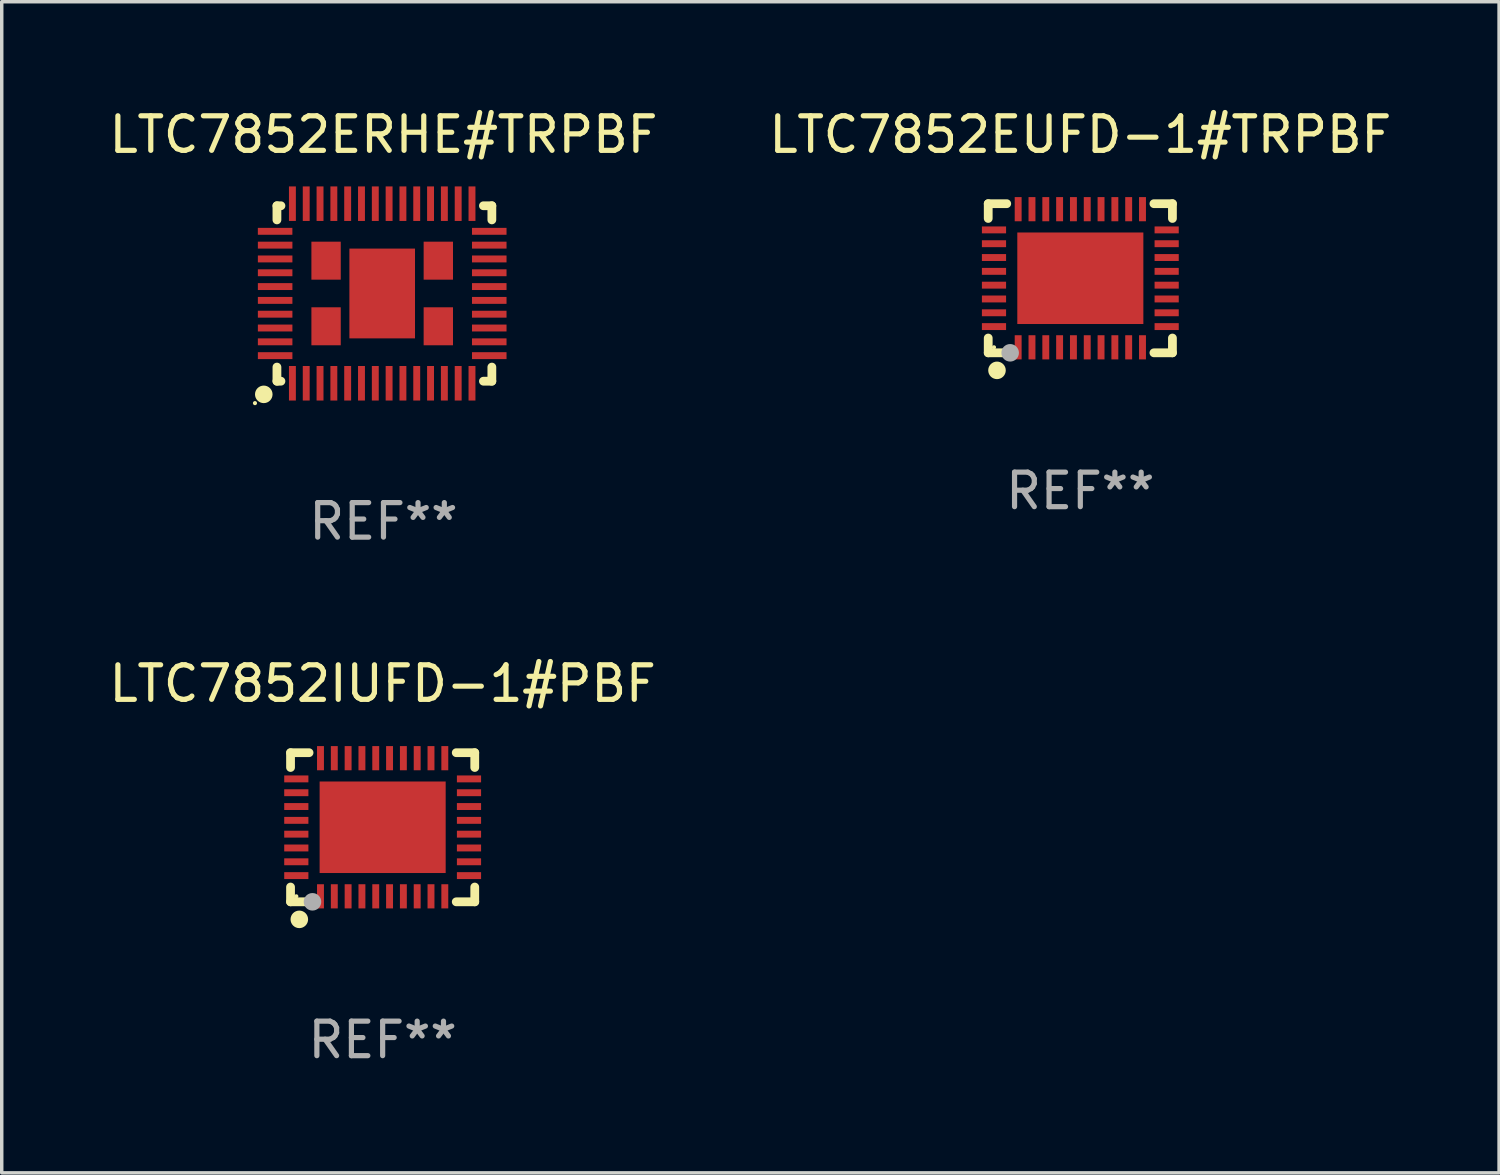
<source format=kicad_pcb>
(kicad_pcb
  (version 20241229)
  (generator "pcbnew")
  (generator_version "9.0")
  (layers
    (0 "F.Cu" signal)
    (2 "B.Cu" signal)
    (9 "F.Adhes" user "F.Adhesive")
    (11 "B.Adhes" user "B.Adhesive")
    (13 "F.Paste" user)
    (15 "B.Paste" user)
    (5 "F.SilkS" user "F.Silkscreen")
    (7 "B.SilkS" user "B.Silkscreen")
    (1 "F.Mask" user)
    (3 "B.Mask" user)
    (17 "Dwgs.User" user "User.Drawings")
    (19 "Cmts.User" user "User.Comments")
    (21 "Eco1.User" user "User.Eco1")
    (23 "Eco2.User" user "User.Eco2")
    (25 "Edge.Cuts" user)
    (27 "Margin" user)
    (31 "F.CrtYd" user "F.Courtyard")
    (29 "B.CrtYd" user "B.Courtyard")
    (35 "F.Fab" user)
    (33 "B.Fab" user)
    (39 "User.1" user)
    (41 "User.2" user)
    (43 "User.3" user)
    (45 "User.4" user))
  (footprint "LTC7852EUFD-1#TRPBF"
    (layer "F.Cu")
    (at 28.232 5.007)
    (property "Reference" "LTC7852EUFD-1#TRPBF" (at 0 -4.159 0) (layer "F.SilkS") (effects (font (size 1 1) (thickness 0.15))))
    (attr through_hole)
    (fp_line (start -2.667 -2.159) (end -2.667 -1.731) (stroke (width 0.254) (type solid)) (layer "F.SilkS"))
    (fp_line (start -2.667 1.731) (end -2.667 2.159) (stroke (width 0.254) (type solid)) (layer "F.SilkS"))
    (fp_line (start -2.667 2.159) (end -2.131 2.159) (stroke (width 0.254) (type solid)) (layer "F.SilkS"))
    (fp_line (start -2.131 -2.159) (end -2.667 -2.159) (stroke (width 0.254) (type solid)) (layer "F.SilkS"))
    (fp_line (start 2.131 2.159) (end 2.667 2.159) (stroke (width 0.254) (type solid)) (layer "F.SilkS"))
    (fp_line (start 2.667 -2.159) (end 2.131 -2.159) (stroke (width 0.254) (type solid)) (layer "F.SilkS"))
    (fp_line (start 2.667 -1.731) (end 2.667 -2.159) (stroke (width 0.254) (type solid)) (layer "F.SilkS"))
    (fp_line (start 2.667 2.159) (end 2.667 1.731) (stroke (width 0.254) (type solid)) (layer "F.SilkS"))
    (fp_circle (center -2.5 2) (end -2.47 2) (stroke (width 0.06) (type solid)) (fill no) (layer "F.SilkS"))
    (fp_circle (center -2.413 2.667) (end -2.286 2.667) (stroke (width 0.254) (type solid)) (fill no) (layer "F.SilkS"))
    (fp_circle (center -2.032 2.159) (end -1.905 2.159) (stroke (width 0.254) (type solid)) (fill no) (layer "F.Fab"))
    (fp_text user "REF**" (at 0 6.159 0) (layer "F.Fab") (effects (font (size 1 1) (thickness 0.15))))
    (pad "1" smd rect (at -1.8 2) (size 0.2 0.7) (layers "F.Cu" "F.Mask" "F.Paste"))
    (pad "2" smd rect (at -1.4 2) (size 0.2 0.7) (layers "F.Cu" "F.Mask" "F.Paste"))
    (pad "3" smd rect (at -1 2) (size 0.2 0.7) (layers "F.Cu" "F.Mask" "F.Paste"))
    (pad "4" smd rect (at -0.6 2) (size 0.2 0.7) (layers "F.Cu" "F.Mask" "F.Paste"))
    (pad "5" smd rect (at -0.2 2) (size 0.2 0.7) (layers "F.Cu" "F.Mask" "F.Paste"))
    (pad "6" smd rect (at 0.2 2) (size 0.2 0.7) (layers "F.Cu" "F.Mask" "F.Paste"))
    (pad "7" smd rect (at 0.6 2) (size 0.2 0.7) (layers "F.Cu" "F.Mask" "F.Paste"))
    (pad "8" smd rect (at 1 2) (size 0.2 0.7) (layers "F.Cu" "F.Mask" "F.Paste"))
    (pad "9" smd rect (at 1.4 2) (size 0.2 0.7) (layers "F.Cu" "F.Mask" "F.Paste"))
    (pad "10" smd rect (at 1.8 2) (size 0.2 0.7) (layers "F.Cu" "F.Mask" "F.Paste"))
    (pad "11" smd rect (at 2.5 1.4 90) (size 0.2 0.7) (layers "F.Cu" "F.Mask" "F.Paste"))
    (pad "12" smd rect (at 2.5 1 90) (size 0.2 0.7) (layers "F.Cu" "F.Mask" "F.Paste"))
    (pad "13" smd rect (at 2.5 0.6 90) (size 0.2 0.7) (layers "F.Cu" "F.Mask" "F.Paste"))
    (pad "14" smd rect (at 2.5 0.2 90) (size 0.2 0.7) (layers "F.Cu" "F.Mask" "F.Paste"))
    (pad "15" smd rect (at 2.5 -0.2 90) (size 0.2 0.7) (layers "F.Cu" "F.Mask" "F.Paste"))
    (pad "16" smd rect (at 2.5 -0.6 90) (size 0.2 0.7) (layers "F.Cu" "F.Mask" "F.Paste"))
    (pad "17" smd rect (at 2.5 -1 90) (size 0.2 0.7) (layers "F.Cu" "F.Mask" "F.Paste"))
    (pad "18" smd rect (at 2.5 -1.4 90) (size 0.2 0.7) (layers "F.Cu" "F.Mask" "F.Paste"))
    (pad "19" smd rect (at 1.8 -2 180) (size 0.2 0.7) (layers "F.Cu" "F.Mask" "F.Paste"))
    (pad "20" smd rect (at 1.4 -2 180) (size 0.2 0.7) (layers "F.Cu" "F.Mask" "F.Paste"))
    (pad "21" smd rect (at 1 -2 180) (size 0.2 0.7) (layers "F.Cu" "F.Mask" "F.Paste"))
    (pad "22" smd rect (at 0.6 -2 180) (size 0.2 0.7) (layers "F.Cu" "F.Mask" "F.Paste"))
    (pad "23" smd rect (at 0.2 -2 180) (size 0.2 0.7) (layers "F.Cu" "F.Mask" "F.Paste"))
    (pad "24" smd rect (at -0.2 -2 180) (size 0.2 0.7) (layers "F.Cu" "F.Mask" "F.Paste"))
    (pad "25" smd rect (at -0.6 -2 180) (size 0.2 0.7) (layers "F.Cu" "F.Mask" "F.Paste"))
    (pad "26" smd rect (at -1 -2 180) (size 0.2 0.7) (layers "F.Cu" "F.Mask" "F.Paste"))
    (pad "27" smd rect (at -1.4 -2 180) (size 0.2 0.7) (layers "F.Cu" "F.Mask" "F.Paste"))
    (pad "28" smd rect (at -1.8 -2 180) (size 0.2 0.7) (layers "F.Cu" "F.Mask" "F.Paste"))
    (pad "29" smd rect (at -2.5 -1.4 270) (size 0.2 0.7) (layers "F.Cu" "F.Mask" "F.Paste"))
    (pad "30" smd rect (at -2.5 -1 270) (size 0.2 0.7) (layers "F.Cu" "F.Mask" "F.Paste"))
    (pad "31" smd rect (at -2.5 -0.6 270) (size 0.2 0.7) (layers "F.Cu" "F.Mask" "F.Paste"))
    (pad "32" smd rect (at -2.5 -0.2 270) (size 0.2 0.7) (layers "F.Cu" "F.Mask" "F.Paste"))
    (pad "33" smd rect (at -2.5 0.2 270) (size 0.2 0.7) (layers "F.Cu" "F.Mask" "F.Paste"))
    (pad "34" smd rect (at -2.5 0.6 270) (size 0.2 0.7) (layers "F.Cu" "F.Mask" "F.Paste"))
    (pad "35" smd rect (at -2.5 1 270) (size 0.2 0.7) (layers "F.Cu" "F.Mask" "F.Paste"))
    (pad "36" smd rect (at -2.5 1.4 270) (size 0.2 0.7) (layers "F.Cu" "F.Mask" "F.Paste"))
    (pad "37" smd rect (at 0.000102 0.000102 270) (size 2.65 3.65) (layers "F.Cu" "F.Mask" "F.Paste")))
  (footprint "LTC7852ERHE#TRPBF"
    (layer "F.Cu")
    (at 8.054 5.448)
    (property "Reference" "LTC7852ERHE#TRPBF" (at 0 -4.6 0) (layer "F.SilkS") (effects (font (size 1 1) (thickness 0.15))))
    (attr through_hole)
    (fp_line (start -3.085 -2.54) (end -3.085 -2.131) (stroke (width 0.254) (type solid)) (layer "F.SilkS"))
    (fp_line (start -3.085 2.131) (end -3.085 2.54) (stroke (width 0.254) (type solid)) (layer "F.SilkS"))
    (fp_line (start -3.085 2.54) (end -2.969 2.54) (stroke (width 0.254) (type solid)) (layer "F.SilkS"))
    (fp_line (start -2.969 -2.54) (end -3.085 -2.54) (stroke (width 0.254) (type solid)) (layer "F.SilkS"))
    (fp_line (start 3.138 -2.54) (end 2.894 -2.54) (stroke (width 0.254) (type solid)) (layer "F.SilkS"))
    (fp_line (start 3.138 -2.54) (end 3.138 -2.131) (stroke (width 0.254) (type solid)) (layer "F.SilkS"))
    (fp_line (start 3.138 2.131) (end 3.138 2.54) (stroke (width 0.254) (type solid)) (layer "F.SilkS"))
    (fp_line (start 3.138 2.54) (end 2.894 2.54) (stroke (width 0.254) (type solid)) (layer "F.SilkS"))
    (fp_circle (center -3.721 3.175) (end -3.691 3.175) (stroke (width 0.06) (type solid)) (fill no) (layer "F.SilkS"))
    (fp_circle (center -3.466 2.921) (end -3.339 2.921) (stroke (width 0.254) (type solid)) (fill no) (layer "F.SilkS"))
    (fp_text user "REF**" (at 0 6.6 0) (layer "F.Fab") (effects (font (size 1 1) (thickness 0.15))))
    (pad "1" smd rect (at -2.637 2.6) (size 0.2 1) (layers "F.Cu" "F.Mask" "F.Paste"))
    (pad "2" smd rect (at -2.237 2.6) (size 0.2 1) (layers "F.Cu" "F.Mask" "F.Paste"))
    (pad "3" smd rect (at -1.837 2.6) (size 0.2 1) (layers "F.Cu" "F.Mask" "F.Paste"))
    (pad "4" smd rect (at -1.437 2.6) (size 0.2 1) (layers "F.Cu" "F.Mask" "F.Paste"))
    (pad "5" smd rect (at -1.037 2.6) (size 0.2 1) (layers "F.Cu" "F.Mask" "F.Paste"))
    (pad "6" smd rect (at -0.637 2.6) (size 0.2 1) (layers "F.Cu" "F.Mask" "F.Paste"))
    (pad "7" smd rect (at -0.237 2.6) (size 0.2 1) (layers "F.Cu" "F.Mask" "F.Paste"))
    (pad "8" smd rect (at 0.163 2.6) (size 0.2 1) (layers "F.Cu" "F.Mask" "F.Paste"))
    (pad "9" smd rect (at 0.563 2.6) (size 0.2 1) (layers "F.Cu" "F.Mask" "F.Paste"))
    (pad "10" smd rect (at 0.963 2.6) (size 0.2 1) (layers "F.Cu" "F.Mask" "F.Paste"))
    (pad "11" smd rect (at 1.363 2.6) (size 0.2 1) (layers "F.Cu" "F.Mask" "F.Paste"))
    (pad "12" smd rect (at 1.763 2.6) (size 0.2 1) (layers "F.Cu" "F.Mask" "F.Paste"))
    (pad "13" smd rect (at 2.163 2.6) (size 0.2 1) (layers "F.Cu" "F.Mask" "F.Paste"))
    (pad "14" smd rect (at 2.563 2.6) (size 0.2 1) (layers "F.Cu" "F.Mask" "F.Paste"))
    (pad "15" smd rect (at 3.063 1.8 90) (size 0.2 1) (layers "F.Cu" "F.Mask" "F.Paste"))
    (pad "16" smd rect (at 3.063 1.4 90) (size 0.2 1) (layers "F.Cu" "F.Mask" "F.Paste"))
    (pad "17" smd rect (at 3.063 1 90) (size 0.2 1) (layers "F.Cu" "F.Mask" "F.Paste"))
    (pad "18" smd rect (at 3.063 0.6 90) (size 0.2 1) (layers "F.Cu" "F.Mask" "F.Paste"))
    (pad "19" smd rect (at 3.063 0.2 90) (size 0.2 1) (layers "F.Cu" "F.Mask" "F.Paste"))
    (pad "20" smd rect (at 3.063 -0.2 90) (size 0.2 1) (layers "F.Cu" "F.Mask" "F.Paste"))
    (pad "21" smd rect (at 3.063 -0.6 90) (size 0.2 1) (layers "F.Cu" "F.Mask" "F.Paste"))
    (pad "22" smd rect (at 3.063 -1 90) (size 0.2 1) (layers "F.Cu" "F.Mask" "F.Paste"))
    (pad "23" smd rect (at 3.063 -1.4 90) (size 0.2 1) (layers "F.Cu" "F.Mask" "F.Paste"))
    (pad "24" smd rect (at 3.063 -1.8 90) (size 0.2 1) (layers "F.Cu" "F.Mask" "F.Paste"))
    (pad "25" smd rect (at 2.563 -2.6 180) (size 0.2 1) (layers "F.Cu" "F.Mask" "F.Paste"))
    (pad "26" smd rect (at 2.163 -2.6 180) (size 0.2 1) (layers "F.Cu" "F.Mask" "F.Paste"))
    (pad "27" smd rect (at 1.763 -2.6 180) (size 0.2 1) (layers "F.Cu" "F.Mask" "F.Paste"))
    (pad "28" smd rect (at 1.363 -2.6 180) (size 0.2 1) (layers "F.Cu" "F.Mask" "F.Paste"))
    (pad "29" smd rect (at 0.963 -2.6 180) (size 0.2 1) (layers "F.Cu" "F.Mask" "F.Paste"))
    (pad "30" smd rect (at 0.563 -2.6 180) (size 0.2 1) (layers "F.Cu" "F.Mask" "F.Paste"))
    (pad "31" smd rect (at 0.163 -2.6 180) (size 0.2 1) (layers "F.Cu" "F.Mask" "F.Paste"))
    (pad "32" smd rect (at -0.237 -2.6 180) (size 0.2 1) (layers "F.Cu" "F.Mask" "F.Paste"))
    (pad "33" smd rect (at -0.637 -2.6 180) (size 0.2 1) (layers "F.Cu" "F.Mask" "F.Paste"))
    (pad "34" smd rect (at -1.037 -2.6 180) (size 0.2 1) (layers "F.Cu" "F.Mask" "F.Paste"))
    (pad "35" smd rect (at -1.437 -2.6 180) (size 0.2 1) (layers "F.Cu" "F.Mask" "F.Paste"))
    (pad "36" smd rect (at -1.837 -2.6 180) (size 0.2 1) (layers "F.Cu" "F.Mask" "F.Paste"))
    (pad "37" smd rect (at -2.237 -2.6 180) (size 0.2 1) (layers "F.Cu" "F.Mask" "F.Paste"))
    (pad "38" smd rect (at -2.637 -2.6 180) (size 0.2 1) (layers "F.Cu" "F.Mask" "F.Paste"))
    (pad "39" smd rect (at -3.138 -1.8 270) (size 0.2 1) (layers "F.Cu" "F.Mask" "F.Paste"))
    (pad "40" smd rect (at -3.137 -1.4 270) (size 0.2 1) (layers "F.Cu" "F.Mask" "F.Paste"))
    (pad "41" smd rect (at -3.137 -1 270) (size 0.2 1) (layers "F.Cu" "F.Mask" "F.Paste"))
    (pad "42" smd rect (at -3.137 -0.6 270) (size 0.2 1) (layers "F.Cu" "F.Mask" "F.Paste"))
    (pad "43" smd rect (at -3.137 -0.2 270) (size 0.2 1) (layers "F.Cu" "F.Mask" "F.Paste"))
    (pad "44" smd rect (at -3.137 0.2 270) (size 0.2 1) (layers "F.Cu" "F.Mask" "F.Paste"))
    (pad "45" smd rect (at -3.137 0.6 270) (size 0.2 1) (layers "F.Cu" "F.Mask" "F.Paste"))
    (pad "46" smd rect (at -3.137 1 270) (size 0.2 1) (layers "F.Cu" "F.Mask" "F.Paste"))
    (pad "47" smd rect (at -3.137 1.4 270) (size 0.2 1) (layers "F.Cu" "F.Mask" "F.Paste"))
    (pad "48" smd rect (at -3.137 1.8 270) (size 0.2 1) (layers "F.Cu" "F.Mask" "F.Paste"))
    (pad "49" smd rect (at -1.662 -0.95 270) (size 1.1 0.85) (layers "F.Cu" "F.Mask" "F.Paste"))
    (pad "49" smd rect (at -1.662 0.95 270) (size 1.1 0.85) (layers "F.Cu" "F.Mask" "F.Paste"))
    (pad "49" smd rect (at -0.037 0 270) (size 2.6 1.9) (layers "F.Cu" "F.Mask" "F.Paste"))
    (pad "49" smd rect (at 1.588 -0.95 270) (size 1.1 0.85) (layers "F.Cu" "F.Mask" "F.Paste"))
    (pad "49" smd rect (at 1.588 0.95 270) (size 1.1 0.85) (layers "F.Cu" "F.Mask" "F.Paste")))
  (footprint "LTC7852IUFD-1#PBF"
    (layer "F.Cu")
    (at 8.03 20.904)
    (property "Reference" "LTC7852IUFD-1#PBF" (at 0 -4.159 0) (layer "F.SilkS") (effects (font (size 1 1) (thickness 0.15))))
    (attr through_hole)
    (fp_line (start -2.667 -2.159) (end -2.667 -1.731) (stroke (width 0.254) (type solid)) (layer "F.SilkS"))
    (fp_line (start -2.667 1.731) (end -2.667 2.159) (stroke (width 0.254) (type solid)) (layer "F.SilkS"))
    (fp_line (start -2.667 2.159) (end -2.131 2.159) (stroke (width 0.254) (type solid)) (layer "F.SilkS"))
    (fp_line (start -2.131 -2.159) (end -2.667 -2.159) (stroke (width 0.254) (type solid)) (layer "F.SilkS"))
    (fp_line (start 2.131 2.159) (end 2.667 2.159) (stroke (width 0.254) (type solid)) (layer "F.SilkS"))
    (fp_line (start 2.667 -2.159) (end 2.131 -2.159) (stroke (width 0.254) (type solid)) (layer "F.SilkS"))
    (fp_line (start 2.667 -1.731) (end 2.667 -2.159) (stroke (width 0.254) (type solid)) (layer "F.SilkS"))
    (fp_line (start 2.667 2.159) (end 2.667 1.731) (stroke (width 0.254) (type solid)) (layer "F.SilkS"))
    (fp_circle (center -2.5 2) (end -2.47 2) (stroke (width 0.06) (type solid)) (fill no) (layer "F.SilkS"))
    (fp_circle (center -2.413 2.667) (end -2.286 2.667) (stroke (width 0.254) (type solid)) (fill no) (layer "F.SilkS"))
    (fp_circle (center -2.032 2.159) (end -1.905 2.159) (stroke (width 0.254) (type solid)) (fill no) (layer "F.Fab"))
    (fp_text user "REF**" (at 0 6.159 0) (layer "F.Fab") (effects (font (size 1 1) (thickness 0.15))))
    (pad "1" smd rect (at -1.8 2) (size 0.2 0.7) (layers "F.Cu" "F.Mask" "F.Paste"))
    (pad "2" smd rect (at -1.4 2) (size 0.2 0.7) (layers "F.Cu" "F.Mask" "F.Paste"))
    (pad "3" smd rect (at -1 2) (size 0.2 0.7) (layers "F.Cu" "F.Mask" "F.Paste"))
    (pad "4" smd rect (at -0.6 2) (size 0.2 0.7) (layers "F.Cu" "F.Mask" "F.Paste"))
    (pad "5" smd rect (at -0.2 2) (size 0.2 0.7) (layers "F.Cu" "F.Mask" "F.Paste"))
    (pad "6" smd rect (at 0.2 2) (size 0.2 0.7) (layers "F.Cu" "F.Mask" "F.Paste"))
    (pad "7" smd rect (at 0.6 2) (size 0.2 0.7) (layers "F.Cu" "F.Mask" "F.Paste"))
    (pad "8" smd rect (at 1 2) (size 0.2 0.7) (layers "F.Cu" "F.Mask" "F.Paste"))
    (pad "9" smd rect (at 1.4 2) (size 0.2 0.7) (layers "F.Cu" "F.Mask" "F.Paste"))
    (pad "10" smd rect (at 1.8 2) (size 0.2 0.7) (layers "F.Cu" "F.Mask" "F.Paste"))
    (pad "11" smd rect (at 2.5 1.4 90) (size 0.2 0.7) (layers "F.Cu" "F.Mask" "F.Paste"))
    (pad "12" smd rect (at 2.5 1 90) (size 0.2 0.7) (layers "F.Cu" "F.Mask" "F.Paste"))
    (pad "13" smd rect (at 2.5 0.6 90) (size 0.2 0.7) (layers "F.Cu" "F.Mask" "F.Paste"))
    (pad "14" smd rect (at 2.5 0.2 90) (size 0.2 0.7) (layers "F.Cu" "F.Mask" "F.Paste"))
    (pad "15" smd rect (at 2.5 -0.2 90) (size 0.2 0.7) (layers "F.Cu" "F.Mask" "F.Paste"))
    (pad "16" smd rect (at 2.5 -0.6 90) (size 0.2 0.7) (layers "F.Cu" "F.Mask" "F.Paste"))
    (pad "17" smd rect (at 2.5 -1 90) (size 0.2 0.7) (layers "F.Cu" "F.Mask" "F.Paste"))
    (pad "18" smd rect (at 2.5 -1.4 90) (size 0.2 0.7) (layers "F.Cu" "F.Mask" "F.Paste"))
    (pad "19" smd rect (at 1.8 -2 180) (size 0.2 0.7) (layers "F.Cu" "F.Mask" "F.Paste"))
    (pad "20" smd rect (at 1.4 -2 180) (size 0.2 0.7) (layers "F.Cu" "F.Mask" "F.Paste"))
    (pad "21" smd rect (at 1 -2 180) (size 0.2 0.7) (layers "F.Cu" "F.Mask" "F.Paste"))
    (pad "22" smd rect (at 0.6 -2 180) (size 0.2 0.7) (layers "F.Cu" "F.Mask" "F.Paste"))
    (pad "23" smd rect (at 0.2 -2 180) (size 0.2 0.7) (layers "F.Cu" "F.Mask" "F.Paste"))
    (pad "24" smd rect (at -0.2 -2 180) (size 0.2 0.7) (layers "F.Cu" "F.Mask" "F.Paste"))
    (pad "25" smd rect (at -0.6 -2 180) (size 0.2 0.7) (layers "F.Cu" "F.Mask" "F.Paste"))
    (pad "26" smd rect (at -1 -2 180) (size 0.2 0.7) (layers "F.Cu" "F.Mask" "F.Paste"))
    (pad "27" smd rect (at -1.4 -2 180) (size 0.2 0.7) (layers "F.Cu" "F.Mask" "F.Paste"))
    (pad "28" smd rect (at -1.8 -2 180) (size 0.2 0.7) (layers "F.Cu" "F.Mask" "F.Paste"))
    (pad "29" smd rect (at -2.5 -1.4 270) (size 0.2 0.7) (layers "F.Cu" "F.Mask" "F.Paste"))
    (pad "30" smd rect (at -2.5 -1 270) (size 0.2 0.7) (layers "F.Cu" "F.Mask" "F.Paste"))
    (pad "31" smd rect (at -2.5 -0.6 270) (size 0.2 0.7) (layers "F.Cu" "F.Mask" "F.Paste"))
    (pad "32" smd rect (at -2.5 -0.2 270) (size 0.2 0.7) (layers "F.Cu" "F.Mask" "F.Paste"))
    (pad "33" smd rect (at -2.5 0.2 270) (size 0.2 0.7) (layers "F.Cu" "F.Mask" "F.Paste"))
    (pad "34" smd rect (at -2.5 0.6 270) (size 0.2 0.7) (layers "F.Cu" "F.Mask" "F.Paste"))
    (pad "35" smd rect (at -2.5 1 270) (size 0.2 0.7) (layers "F.Cu" "F.Mask" "F.Paste"))
    (pad "36" smd rect (at -2.5 1.4 270) (size 0.2 0.7) (layers "F.Cu" "F.Mask" "F.Paste"))
    (pad "37" smd rect (at 0.000102 0.000102 270) (size 2.65 3.65) (layers "F.Cu" "F.Mask" "F.Paste")))
  (gr_rect
    (start -3 -3)
    (end 40.357 30.911)
    (stroke (width 0.1) (type default))
    (fill no)
    (layer "Edge.Cuts")))
</source>
